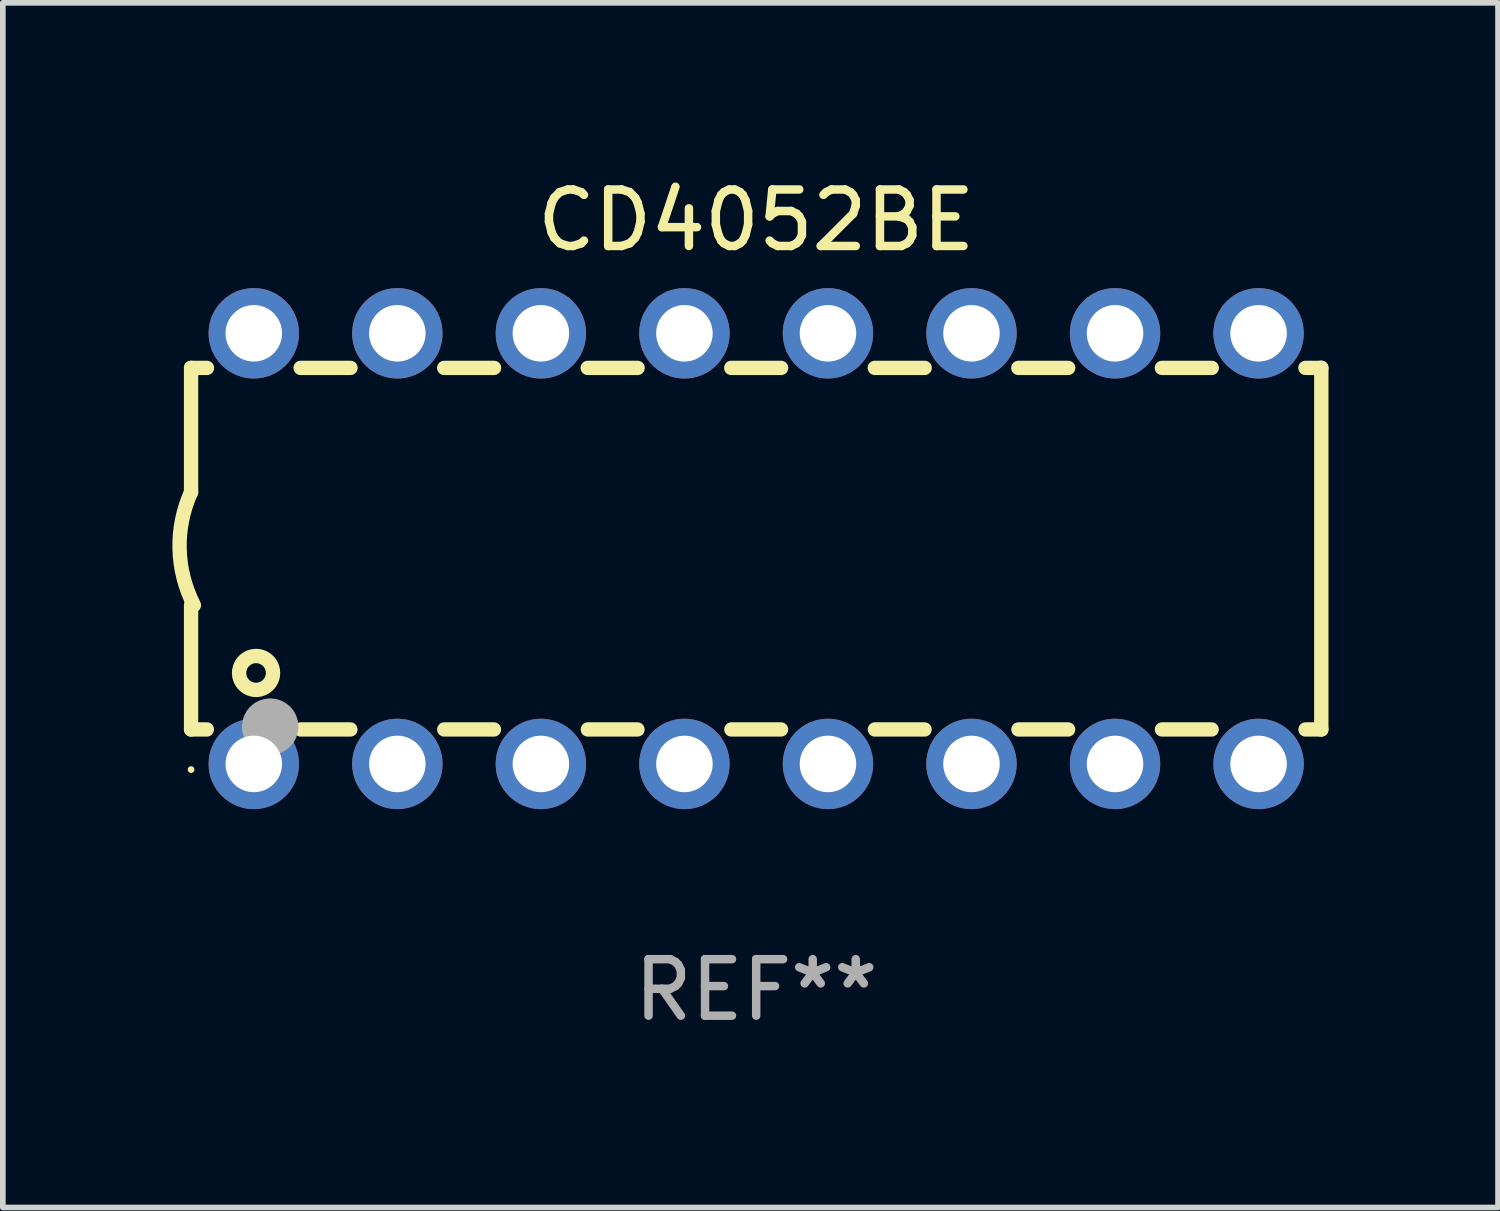
<source format=kicad_pcb>
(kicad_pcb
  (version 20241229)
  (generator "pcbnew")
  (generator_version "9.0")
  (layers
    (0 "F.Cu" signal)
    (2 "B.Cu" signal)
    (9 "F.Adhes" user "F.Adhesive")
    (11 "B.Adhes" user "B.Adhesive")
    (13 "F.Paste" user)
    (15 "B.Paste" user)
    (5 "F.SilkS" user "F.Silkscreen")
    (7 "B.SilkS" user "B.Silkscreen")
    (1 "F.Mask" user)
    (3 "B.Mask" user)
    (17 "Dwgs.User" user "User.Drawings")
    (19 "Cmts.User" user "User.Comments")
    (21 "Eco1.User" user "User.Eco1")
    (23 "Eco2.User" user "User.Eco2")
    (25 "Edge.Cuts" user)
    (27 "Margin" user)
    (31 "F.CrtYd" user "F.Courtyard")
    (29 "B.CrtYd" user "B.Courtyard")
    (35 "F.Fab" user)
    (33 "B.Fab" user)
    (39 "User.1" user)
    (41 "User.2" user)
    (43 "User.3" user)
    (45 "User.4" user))
  (footprint "CD4052BE"
    (layer "F.Cu")
    (at 10.331 6.658)
    (property "Reference" "CD4052BE" (at 0 -5.81 0) (layer "F.SilkS") (effects (font (size 1 1) (thickness 0.15))))
    (attr through_hole)
    (fp_line (start -10 -3.198) (end -9.719 -3.198) (stroke (width 0.254) (type solid)) (layer "F.SilkS"))
    (fp_line (start -10 -0.998) (end -10 -3.198) (stroke (width 0.254) (type solid)) (layer "F.SilkS"))
    (fp_line (start -10 3.2) (end -10 1) (stroke (width 0.254) (type solid)) (layer "F.SilkS"))
    (fp_line (start -10 3.2) (end -9.721 3.2) (stroke (width 0.254) (type solid)) (layer "F.SilkS"))
    (fp_line (start -8.061 -3.198) (end -7.179 -3.198) (stroke (width 0.254) (type solid)) (layer "F.SilkS"))
    (fp_line (start -8.059 3.2) (end -7.181 3.2) (stroke (width 0.254) (type solid)) (layer "F.SilkS"))
    (fp_line (start -5.521 -3.198) (end -4.639 -3.198) (stroke (width 0.254) (type solid)) (layer "F.SilkS"))
    (fp_line (start -5.519 3.2) (end -4.641 3.2) (stroke (width 0.254) (type solid)) (layer "F.SilkS"))
    (fp_line (start -2.981 -3.198) (end -2.099 -3.198) (stroke (width 0.254) (type solid)) (layer "F.SilkS"))
    (fp_line (start -2.979 3.2) (end -2.101 3.2) (stroke (width 0.254) (type solid)) (layer "F.SilkS"))
    (fp_line (start -0.441 -3.198) (end 0.441 -3.198) (stroke (width 0.254) (type solid)) (layer "F.SilkS"))
    (fp_line (start -0.439 3.2) (end 0.439 3.2) (stroke (width 0.254) (type solid)) (layer "F.SilkS"))
    (fp_line (start 2.099 -3.198) (end 2.981 -3.198) (stroke (width 0.254) (type solid)) (layer "F.SilkS"))
    (fp_line (start 2.101 3.2) (end 2.979 3.2) (stroke (width 0.254) (type solid)) (layer "F.SilkS"))
    (fp_line (start 4.639 -3.198) (end 5.521 -3.198) (stroke (width 0.254) (type solid)) (layer "F.SilkS"))
    (fp_line (start 4.641 3.2) (end 5.519 3.2) (stroke (width 0.254) (type solid)) (layer "F.SilkS"))
    (fp_line (start 7.179 -3.198) (end 8.061 -3.198) (stroke (width 0.254) (type solid)) (layer "F.SilkS"))
    (fp_line (start 7.181 3.2) (end 8.059 3.2) (stroke (width 0.254) (type solid)) (layer "F.SilkS"))
    (fp_line (start 9.719 -3.198) (end 10 -3.198) (stroke (width 0.254) (type solid)) (layer "F.SilkS"))
    (fp_line (start 9.721 3.2) (end 10 3.2) (stroke (width 0.254) (type solid)) (layer "F.SilkS"))
    (fp_line (start 10 3.2) (end 10 -3.2) (stroke (width 0.254) (type solid)) (layer "F.SilkS"))
    (fp_arc (start -9.949962 1) (mid -10.203153 0.005709) (end -10 -1) (stroke (width 0.254001) (type solid)) (layer "F.SilkS"))
    (fp_circle (center -10 3.91) (end -9.97 3.91) (stroke (width 0.06) (type solid)) (fill no) (layer "F.SilkS"))
    (fp_circle (center -8.85 2.2) (end -8.55 2.2) (stroke (width 0.254) (type solid)) (fill no) (layer "F.SilkS"))
    (fp_circle (center -8.6 3.15) (end -8.35 3.15) (stroke (width 0.5) (type solid)) (fill no) (layer "F.Fab"))
    (fp_text user "REF**" (at 0 7.81 0) (layer "F.Fab") (effects (font (size 1 1) (thickness 0.15))))
    (pad "1" thru_hole circle (at -8.89 3.81) (size 1.6 1.6) (drill 1) (layers "*.Cu" "*.Mask"))
    (pad "2" thru_hole circle (at -6.35 3.81) (size 1.6 1.6) (drill 1) (layers "*.Cu" "*.Mask"))
    (pad "3" thru_hole circle (at -3.81 3.81) (size 1.6 1.6) (drill 1) (layers "*.Cu" "*.Mask"))
    (pad "4" thru_hole circle (at -1.27 3.81) (size 1.6 1.6) (drill 1) (layers "*.Cu" "*.Mask"))
    (pad "5" thru_hole circle (at 1.27 3.81) (size 1.6 1.6) (drill 1) (layers "*.Cu" "*.Mask"))
    (pad "6" thru_hole circle (at 3.81 3.81) (size 1.6 1.6) (drill 1) (layers "*.Cu" "*.Mask"))
    (pad "7" thru_hole circle (at 6.35 3.81) (size 1.6 1.6) (drill 1) (layers "*.Cu" "*.Mask"))
    (pad "8" thru_hole circle (at 8.89 3.81) (size 1.6 1.6) (drill 1) (layers "*.Cu" "*.Mask"))
    (pad "9" thru_hole circle (at 8.89 -3.81) (size 1.6 1.6) (drill 1) (layers "*.Cu" "*.Mask"))
    (pad "10" thru_hole circle (at 6.35 -3.81) (size 1.6 1.6) (drill 1) (layers "*.Cu" "*.Mask"))
    (pad "11" thru_hole circle (at 3.81 -3.81) (size 1.6 1.6) (drill 1) (layers "*.Cu" "*.Mask"))
    (pad "12" thru_hole circle (at 1.27 -3.81) (size 1.6 1.6) (drill 1) (layers "*.Cu" "*.Mask"))
    (pad "13" thru_hole circle (at -1.27 -3.81) (size 1.6 1.6) (drill 1) (layers "*.Cu" "*.Mask"))
    (pad "14" thru_hole circle (at -3.81 -3.81) (size 1.6 1.6) (drill 1) (layers "*.Cu" "*.Mask"))
    (pad "15" thru_hole circle (at -6.35 -3.81) (size 1.6 1.6) (drill 1) (layers "*.Cu" "*.Mask"))
    (pad "16" thru_hole circle (at -8.89 -3.81) (size 1.6 1.6) (drill 1) (layers "*.Cu" "*.Mask")))
  (gr_rect
    (start -3 -3)
    (end 23.458 18.317)
    (stroke (width 0.1) (type default))
    (fill no)
    (layer "Edge.Cuts")))
</source>
